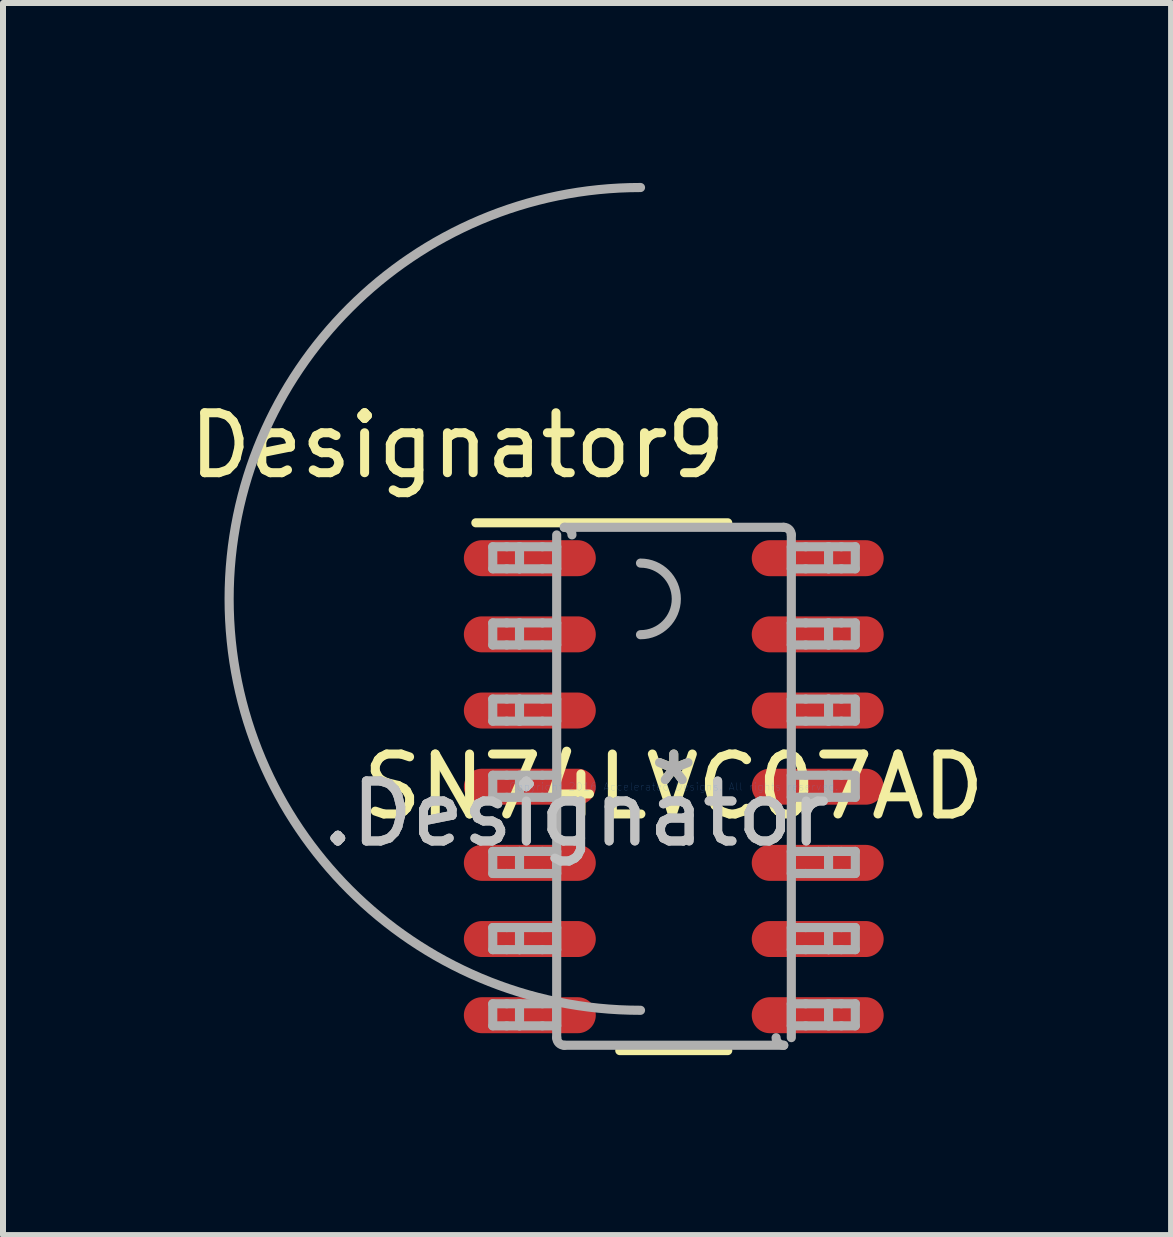
<source format=kicad_pcb>
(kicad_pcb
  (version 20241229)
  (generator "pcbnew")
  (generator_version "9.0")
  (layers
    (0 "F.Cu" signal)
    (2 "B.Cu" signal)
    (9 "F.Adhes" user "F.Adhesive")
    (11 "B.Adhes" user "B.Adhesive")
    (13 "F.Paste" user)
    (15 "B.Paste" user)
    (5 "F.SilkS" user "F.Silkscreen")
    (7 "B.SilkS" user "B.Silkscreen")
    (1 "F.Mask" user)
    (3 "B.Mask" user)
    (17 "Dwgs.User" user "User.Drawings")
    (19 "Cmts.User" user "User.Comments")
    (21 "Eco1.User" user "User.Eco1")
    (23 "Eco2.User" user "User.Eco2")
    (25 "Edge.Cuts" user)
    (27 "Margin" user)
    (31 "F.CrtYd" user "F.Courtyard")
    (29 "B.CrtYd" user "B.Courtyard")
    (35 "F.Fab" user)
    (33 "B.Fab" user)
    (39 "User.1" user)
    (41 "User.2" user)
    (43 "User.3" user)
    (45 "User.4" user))
  (footprint "SN74LVC07AD"
    (layer "F.Cu")
    (at 8.184 10.067)
    (property "Reference" "SN74LVC07AD" (at 0 0 0) (layer "F.SilkS") (effects (font (size 1 1) (thickness 0.15))))
    (attr through_hole)
    (fp_line (start -3.3 -4.4) (end 0.9 -4.4) (stroke (width 0.152) (type solid)) (layer "F.SilkS"))
    (fp_line (start -0.9 4.4) (end 0.9 4.4) (stroke (width 0.152) (type solid)) (layer "F.SilkS"))
    (fp_line (start -3.018 -4.001) (end -2.785 -4.001) (stroke (width 0.152) (type solid)) (layer "F.Fab"))
    (fp_line (start -3.018 -3.633) (end -3.018 -4.001) (stroke (width 0.152) (type solid)) (layer "F.Fab"))
    (fp_line (start -3.018 -3.633) (end -2.785 -3.633) (stroke (width 0.152) (type solid)) (layer "F.Fab"))
    (fp_line (start -3.018 -2.731) (end -2.785 -2.731) (stroke (width 0.152) (type solid)) (layer "F.Fab"))
    (fp_line (start -3.018 -2.363) (end -3.018 -2.731) (stroke (width 0.152) (type solid)) (layer "F.Fab"))
    (fp_line (start -3.018 -2.363) (end -2.785 -2.363) (stroke (width 0.152) (type solid)) (layer "F.Fab"))
    (fp_line (start -3.018 -1.461) (end -2.785 -1.461) (stroke (width 0.152) (type solid)) (layer "F.Fab"))
    (fp_line (start -3.018 -1.093) (end -3.018 -1.461) (stroke (width 0.152) (type solid)) (layer "F.Fab"))
    (fp_line (start -3.018 -1.093) (end -2.785 -1.093) (stroke (width 0.152) (type solid)) (layer "F.Fab"))
    (fp_line (start -3.018 -0.191) (end -2.785 -0.191) (stroke (width 0.152) (type solid)) (layer "F.Fab"))
    (fp_line (start -3.018 0.177) (end -3.018 -0.191) (stroke (width 0.152) (type solid)) (layer "F.Fab"))
    (fp_line (start -3.018 0.177) (end -2.785 0.177) (stroke (width 0.152) (type solid)) (layer "F.Fab"))
    (fp_line (start -3.018 1.079) (end -2.785 1.079) (stroke (width 0.152) (type solid)) (layer "F.Fab"))
    (fp_line (start -3.018 1.447) (end -3.018 1.079) (stroke (width 0.152) (type solid)) (layer "F.Fab"))
    (fp_line (start -3.018 1.447) (end -2.785 1.447) (stroke (width 0.152) (type solid)) (layer "F.Fab"))
    (fp_line (start -3.018 2.349) (end -2.785 2.349) (stroke (width 0.152) (type solid)) (layer "F.Fab"))
    (fp_line (start -3.018 2.717) (end -3.018 2.349) (stroke (width 0.152) (type solid)) (layer "F.Fab"))
    (fp_line (start -3.018 2.717) (end -2.785 2.717) (stroke (width 0.152) (type solid)) (layer "F.Fab"))
    (fp_line (start -3.018 3.619) (end -2.785 3.619) (stroke (width 0.152) (type solid)) (layer "F.Fab"))
    (fp_line (start -3.018 3.987) (end -3.018 3.619) (stroke (width 0.152) (type solid)) (layer "F.Fab"))
    (fp_line (start -3.018 3.987) (end -2.785 3.987) (stroke (width 0.152) (type solid)) (layer "F.Fab"))
    (fp_line (start -2.785 -4.001) (end -2.572 -4.001) (stroke (width 0.152) (type solid)) (layer "F.Fab"))
    (fp_line (start -2.785 -3.633) (end -2.572 -3.633) (stroke (width 0.152) (type solid)) (layer "F.Fab"))
    (fp_line (start -2.785 -2.731) (end -2.572 -2.731) (stroke (width 0.152) (type solid)) (layer "F.Fab"))
    (fp_line (start -2.785 -2.363) (end -2.572 -2.363) (stroke (width 0.152) (type solid)) (layer "F.Fab"))
    (fp_line (start -2.785 -1.461) (end -2.572 -1.461) (stroke (width 0.152) (type solid)) (layer "F.Fab"))
    (fp_line (start -2.785 -1.093) (end -2.572 -1.093) (stroke (width 0.152) (type solid)) (layer "F.Fab"))
    (fp_line (start -2.785 -0.191) (end -2.572 -0.191) (stroke (width 0.152) (type solid)) (layer "F.Fab"))
    (fp_line (start -2.785 0.177) (end -2.572 0.177) (stroke (width 0.152) (type solid)) (layer "F.Fab"))
    (fp_line (start -2.785 1.079) (end -2.572 1.079) (stroke (width 0.152) (type solid)) (layer "F.Fab"))
    (fp_line (start -2.785 1.447) (end -2.572 1.447) (stroke (width 0.152) (type solid)) (layer "F.Fab"))
    (fp_line (start -2.785 2.349) (end -2.572 2.349) (stroke (width 0.152) (type solid)) (layer "F.Fab"))
    (fp_line (start -2.785 2.717) (end -2.572 2.717) (stroke (width 0.152) (type solid)) (layer "F.Fab"))
    (fp_line (start -2.785 3.619) (end -2.572 3.619) (stroke (width 0.152) (type solid)) (layer "F.Fab"))
    (fp_line (start -2.785 3.987) (end -2.572 3.987) (stroke (width 0.152) (type solid)) (layer "F.Fab"))
    (fp_line (start -2.572 -4.001) (end -2.191 -4.001) (stroke (width 0.152) (type solid)) (layer "F.Fab"))
    (fp_line (start -2.572 -3.633) (end -2.572 -4.001) (stroke (width 0.152) (type solid)) (layer "F.Fab"))
    (fp_line (start -2.572 -3.633) (end -2.191 -3.633) (stroke (width 0.152) (type solid)) (layer "F.Fab"))
    (fp_line (start -2.572 -2.731) (end -2.191 -2.731) (stroke (width 0.152) (type solid)) (layer "F.Fab"))
    (fp_line (start -2.572 -2.363) (end -2.572 -2.731) (stroke (width 0.152) (type solid)) (layer "F.Fab"))
    (fp_line (start -2.572 -2.363) (end -2.191 -2.363) (stroke (width 0.152) (type solid)) (layer "F.Fab"))
    (fp_line (start -2.572 -1.461) (end -2.191 -1.461) (stroke (width 0.152) (type solid)) (layer "F.Fab"))
    (fp_line (start -2.572 -1.093) (end -2.572 -1.461) (stroke (width 0.152) (type solid)) (layer "F.Fab"))
    (fp_line (start -2.572 -1.093) (end -2.191 -1.093) (stroke (width 0.152) (type solid)) (layer "F.Fab"))
    (fp_line (start -2.572 -0.191) (end -2.191 -0.191) (stroke (width 0.152) (type solid)) (layer "F.Fab"))
    (fp_line (start -2.572 0.177) (end -2.572 -0.191) (stroke (width 0.152) (type solid)) (layer "F.Fab"))
    (fp_line (start -2.572 0.177) (end -2.191 0.177) (stroke (width 0.152) (type solid)) (layer "F.Fab"))
    (fp_line (start -2.572 1.079) (end -2.191 1.079) (stroke (width 0.152) (type solid)) (layer "F.Fab"))
    (fp_line (start -2.572 1.447) (end -2.572 1.079) (stroke (width 0.152) (type solid)) (layer "F.Fab"))
    (fp_line (start -2.572 1.447) (end -2.191 1.447) (stroke (width 0.152) (type solid)) (layer "F.Fab"))
    (fp_line (start -2.572 2.349) (end -2.191 2.349) (stroke (width 0.152) (type solid)) (layer "F.Fab"))
    (fp_line (start -2.572 2.717) (end -2.572 2.349) (stroke (width 0.152) (type solid)) (layer "F.Fab"))
    (fp_line (start -2.572 2.717) (end -2.191 2.717) (stroke (width 0.152) (type solid)) (layer "F.Fab"))
    (fp_line (start -2.572 3.619) (end -2.191 3.619) (stroke (width 0.152) (type solid)) (layer "F.Fab"))
    (fp_line (start -2.572 3.987) (end -2.572 3.619) (stroke (width 0.152) (type solid)) (layer "F.Fab"))
    (fp_line (start -2.572 3.987) (end -2.191 3.987) (stroke (width 0.152) (type solid)) (layer "F.Fab"))
    (fp_line (start -2.191 -4.001) (end -1.952 -4.001) (stroke (width 0.152) (type solid)) (layer "F.Fab"))
    (fp_line (start -2.191 -3.633) (end -1.952 -3.633) (stroke (width 0.152) (type solid)) (layer "F.Fab"))
    (fp_line (start -2.191 -2.731) (end -1.952 -2.731) (stroke (width 0.152) (type solid)) (layer "F.Fab"))
    (fp_line (start -2.191 -2.363) (end -1.952 -2.363) (stroke (width 0.152) (type solid)) (layer "F.Fab"))
    (fp_line (start -2.191 -1.461) (end -1.952 -1.461) (stroke (width 0.152) (type solid)) (layer "F.Fab"))
    (fp_line (start -2.191 -1.093) (end -1.952 -1.093) (stroke (width 0.152) (type solid)) (layer "F.Fab"))
    (fp_line (start -2.191 -0.191) (end -1.952 -0.191) (stroke (width 0.152) (type solid)) (layer "F.Fab"))
    (fp_line (start -2.191 0.177) (end -1.952 0.177) (stroke (width 0.152) (type solid)) (layer "F.Fab"))
    (fp_line (start -2.191 1.079) (end -1.952 1.079) (stroke (width 0.152) (type solid)) (layer "F.Fab"))
    (fp_line (start -2.191 1.447) (end -1.952 1.447) (stroke (width 0.152) (type solid)) (layer "F.Fab"))
    (fp_line (start -2.191 2.349) (end -1.952 2.349) (stroke (width 0.152) (type solid)) (layer "F.Fab"))
    (fp_line (start -2.191 2.717) (end -1.952 2.717) (stroke (width 0.152) (type solid)) (layer "F.Fab"))
    (fp_line (start -2.191 3.619) (end -1.952 3.619) (stroke (width 0.152) (type solid)) (layer "F.Fab"))
    (fp_line (start -2.191 3.987) (end -1.952 3.987) (stroke (width 0.152) (type solid)) (layer "F.Fab"))
    (fp_line (start -1.952 -3.633) (end -1.952 -4.001) (stroke (width 0.152) (type solid)) (layer "F.Fab"))
    (fp_line (start -1.952 -2.363) (end -1.952 -2.731) (stroke (width 0.152) (type solid)) (layer "F.Fab"))
    (fp_line (start -1.952 -1.093) (end -1.952 -1.461) (stroke (width 0.152) (type solid)) (layer "F.Fab"))
    (fp_line (start -1.952 0.177) (end -1.952 -0.191) (stroke (width 0.152) (type solid)) (layer "F.Fab"))
    (fp_line (start -1.952 1.447) (end -1.952 1.079) (stroke (width 0.152) (type solid)) (layer "F.Fab"))
    (fp_line (start -1.952 2.717) (end -1.952 2.349) (stroke (width 0.152) (type solid)) (layer "F.Fab"))
    (fp_line (start -1.952 3.987) (end -1.952 3.619) (stroke (width 0.152) (type solid)) (layer "F.Fab"))
    (fp_line (start -1.952 4.184) (end -1.952 -4.198) (stroke (width 0.152) (type solid)) (layer "F.Fab"))
    (fp_line (start -1.825 -4.325) (end 1.834 -4.325) (stroke (width 0.152) (type solid)) (layer "F.Fab"))
    (fp_line (start -1.825 4.311) (end 1.834 4.311) (stroke (width 0.152) (type solid)) (layer "F.Fab"))
    (fp_line (start 1.96 -4.001) (end 2.2 -4.001) (stroke (width 0.152) (type solid)) (layer "F.Fab"))
    (fp_line (start 1.96 -3.633) (end 1.96 -4.001) (stroke (width 0.152) (type solid)) (layer "F.Fab"))
    (fp_line (start 1.96 -3.633) (end 2.2 -3.633) (stroke (width 0.152) (type solid)) (layer "F.Fab"))
    (fp_line (start 1.96 -2.731) (end 2.2 -2.731) (stroke (width 0.152) (type solid)) (layer "F.Fab"))
    (fp_line (start 1.96 -2.363) (end 1.96 -2.731) (stroke (width 0.152) (type solid)) (layer "F.Fab"))
    (fp_line (start 1.96 -2.363) (end 2.2 -2.363) (stroke (width 0.152) (type solid)) (layer "F.Fab"))
    (fp_line (start 1.96 -1.461) (end 2.2 -1.461) (stroke (width 0.152) (type solid)) (layer "F.Fab"))
    (fp_line (start 1.96 -1.093) (end 1.96 -1.461) (stroke (width 0.152) (type solid)) (layer "F.Fab"))
    (fp_line (start 1.96 -1.093) (end 2.2 -1.093) (stroke (width 0.152) (type solid)) (layer "F.Fab"))
    (fp_line (start 1.96 -0.191) (end 2.2 -0.191) (stroke (width 0.152) (type solid)) (layer "F.Fab"))
    (fp_line (start 1.96 0.177) (end 1.96 -0.191) (stroke (width 0.152) (type solid)) (layer "F.Fab"))
    (fp_line (start 1.96 0.177) (end 2.2 0.177) (stroke (width 0.152) (type solid)) (layer "F.Fab"))
    (fp_line (start 1.96 1.079) (end 2.2 1.079) (stroke (width 0.152) (type solid)) (layer "F.Fab"))
    (fp_line (start 1.96 1.447) (end 1.96 1.079) (stroke (width 0.152) (type solid)) (layer "F.Fab"))
    (fp_line (start 1.96 1.447) (end 2.2 1.447) (stroke (width 0.152) (type solid)) (layer "F.Fab"))
    (fp_line (start 1.96 2.349) (end 2.2 2.349) (stroke (width 0.152) (type solid)) (layer "F.Fab"))
    (fp_line (start 1.96 2.717) (end 1.96 2.349) (stroke (width 0.152) (type solid)) (layer "F.Fab"))
    (fp_line (start 1.96 2.717) (end 2.2 2.717) (stroke (width 0.152) (type solid)) (layer "F.Fab"))
    (fp_line (start 1.96 3.619) (end 2.2 3.619) (stroke (width 0.152) (type solid)) (layer "F.Fab"))
    (fp_line (start 1.96 3.987) (end 1.96 3.619) (stroke (width 0.152) (type solid)) (layer "F.Fab"))
    (fp_line (start 1.96 3.987) (end 2.2 3.987) (stroke (width 0.152) (type solid)) (layer "F.Fab"))
    (fp_line (start 1.96 4.184) (end 1.96 -4.198) (stroke (width 0.152) (type solid)) (layer "F.Fab"))
    (fp_line (start 2.2 -4.001) (end 2.581 -4.001) (stroke (width 0.152) (type solid)) (layer "F.Fab"))
    (fp_line (start 2.2 -3.633) (end 2.581 -3.633) (stroke (width 0.152) (type solid)) (layer "F.Fab"))
    (fp_line (start 2.2 -2.731) (end 2.581 -2.731) (stroke (width 0.152) (type solid)) (layer "F.Fab"))
    (fp_line (start 2.2 -2.363) (end 2.581 -2.363) (stroke (width 0.152) (type solid)) (layer "F.Fab"))
    (fp_line (start 2.2 -1.461) (end 2.581 -1.461) (stroke (width 0.152) (type solid)) (layer "F.Fab"))
    (fp_line (start 2.2 -1.093) (end 2.581 -1.093) (stroke (width 0.152) (type solid)) (layer "F.Fab"))
    (fp_line (start 2.2 -0.191) (end 2.581 -0.191) (stroke (width 0.152) (type solid)) (layer "F.Fab"))
    (fp_line (start 2.2 0.177) (end 2.581 0.177) (stroke (width 0.152) (type solid)) (layer "F.Fab"))
    (fp_line (start 2.2 1.079) (end 2.581 1.079) (stroke (width 0.152) (type solid)) (layer "F.Fab"))
    (fp_line (start 2.2 1.447) (end 2.581 1.447) (stroke (width 0.152) (type solid)) (layer "F.Fab"))
    (fp_line (start 2.2 2.349) (end 2.581 2.349) (stroke (width 0.152) (type solid)) (layer "F.Fab"))
    (fp_line (start 2.2 2.717) (end 2.581 2.717) (stroke (width 0.152) (type solid)) (layer "F.Fab"))
    (fp_line (start 2.2 3.619) (end 2.581 3.619) (stroke (width 0.152) (type solid)) (layer "F.Fab"))
    (fp_line (start 2.2 3.987) (end 2.581 3.987) (stroke (width 0.152) (type solid)) (layer "F.Fab"))
    (fp_line (start 2.581 -4.001) (end 2.794 -4.001) (stroke (width 0.152) (type solid)) (layer "F.Fab"))
    (fp_line (start 2.581 -3.633) (end 2.581 -4.001) (stroke (width 0.152) (type solid)) (layer "F.Fab"))
    (fp_line (start 2.581 -3.633) (end 2.794 -3.633) (stroke (width 0.152) (type solid)) (layer "F.Fab"))
    (fp_line (start 2.581 -2.731) (end 2.794 -2.731) (stroke (width 0.152) (type solid)) (layer "F.Fab"))
    (fp_line (start 2.581 -2.363) (end 2.581 -2.731) (stroke (width 0.152) (type solid)) (layer "F.Fab"))
    (fp_line (start 2.581 -2.363) (end 2.794 -2.363) (stroke (width 0.152) (type solid)) (layer "F.Fab"))
    (fp_line (start 2.581 -1.461) (end 2.794 -1.461) (stroke (width 0.152) (type solid)) (layer "F.Fab"))
    (fp_line (start 2.581 -1.093) (end 2.581 -1.461) (stroke (width 0.152) (type solid)) (layer "F.Fab"))
    (fp_line (start 2.581 -1.093) (end 2.794 -1.093) (stroke (width 0.152) (type solid)) (layer "F.Fab"))
    (fp_line (start 2.581 -0.191) (end 2.794 -0.191) (stroke (width 0.152) (type solid)) (layer "F.Fab"))
    (fp_line (start 2.581 0.177) (end 2.581 -0.191) (stroke (width 0.152) (type solid)) (layer "F.Fab"))
    (fp_line (start 2.581 0.177) (end 2.794 0.177) (stroke (width 0.152) (type solid)) (layer "F.Fab"))
    (fp_line (start 2.581 1.079) (end 2.794 1.079) (stroke (width 0.152) (type solid)) (layer "F.Fab"))
    (fp_line (start 2.581 1.447) (end 2.581 1.079) (stroke (width 0.152) (type solid)) (layer "F.Fab"))
    (fp_line (start 2.581 1.447) (end 2.794 1.447) (stroke (width 0.152) (type solid)) (layer "F.Fab"))
    (fp_line (start 2.581 2.349) (end 2.794 2.349) (stroke (width 0.152) (type solid)) (layer "F.Fab"))
    (fp_line (start 2.581 2.717) (end 2.581 2.349) (stroke (width 0.152) (type solid)) (layer "F.Fab"))
    (fp_line (start 2.581 2.717) (end 2.794 2.717) (stroke (width 0.152) (type solid)) (layer "F.Fab"))
    (fp_line (start 2.581 3.619) (end 2.794 3.619) (stroke (width 0.152) (type solid)) (layer "F.Fab"))
    (fp_line (start 2.581 3.987) (end 2.581 3.619) (stroke (width 0.152) (type solid)) (layer "F.Fab"))
    (fp_line (start 2.581 3.987) (end 2.794 3.987) (stroke (width 0.152) (type solid)) (layer "F.Fab"))
    (fp_line (start 2.794 -4.001) (end 3.027 -4.001) (stroke (width 0.152) (type solid)) (layer "F.Fab"))
    (fp_line (start 2.794 -3.633) (end 3.027 -3.633) (stroke (width 0.152) (type solid)) (layer "F.Fab"))
    (fp_line (start 2.794 -2.731) (end 3.027 -2.731) (stroke (width 0.152) (type solid)) (layer "F.Fab"))
    (fp_line (start 2.794 -2.363) (end 3.027 -2.363) (stroke (width 0.152) (type solid)) (layer "F.Fab"))
    (fp_line (start 2.794 -1.461) (end 3.027 -1.461) (stroke (width 0.152) (type solid)) (layer "F.Fab"))
    (fp_line (start 2.794 -1.093) (end 3.027 -1.093) (stroke (width 0.152) (type solid)) (layer "F.Fab"))
    (fp_line (start 2.794 -0.191) (end 3.027 -0.191) (stroke (width 0.152) (type solid)) (layer "F.Fab"))
    (fp_line (start 2.794 0.177) (end 3.027 0.177) (stroke (width 0.152) (type solid)) (layer "F.Fab"))
    (fp_line (start 2.794 1.079) (end 3.027 1.079) (stroke (width 0.152) (type solid)) (layer "F.Fab"))
    (fp_line (start 2.794 1.447) (end 3.027 1.447) (stroke (width 0.152) (type solid)) (layer "F.Fab"))
    (fp_line (start 2.794 2.349) (end 3.027 2.349) (stroke (width 0.152) (type solid)) (layer "F.Fab"))
    (fp_line (start 2.794 2.717) (end 3.027 2.717) (stroke (width 0.152) (type solid)) (layer "F.Fab"))
    (fp_line (start 2.794 3.619) (end 3.027 3.619) (stroke (width 0.152) (type solid)) (layer "F.Fab"))
    (fp_line (start 2.794 3.987) (end 3.027 3.987) (stroke (width 0.152) (type solid)) (layer "F.Fab"))
    (fp_line (start 3.027 -3.633) (end 3.027 -4.001) (stroke (width 0.152) (type solid)) (layer "F.Fab"))
    (fp_line (start 3.027 -2.363) (end 3.027 -2.731) (stroke (width 0.152) (type solid)) (layer "F.Fab"))
    (fp_line (start 3.027 -1.093) (end 3.027 -1.461) (stroke (width 0.152) (type solid)) (layer "F.Fab"))
    (fp_line (start 3.027 0.177) (end 3.027 -0.191) (stroke (width 0.152) (type solid)) (layer "F.Fab"))
    (fp_line (start 3.027 1.447) (end 3.027 1.079) (stroke (width 0.152) (type solid)) (layer "F.Fab"))
    (fp_line (start 3.027 2.717) (end 3.027 2.349) (stroke (width 0.152) (type solid)) (layer "F.Fab"))
    (fp_line (start 3.027 3.987) (end 3.027 3.619) (stroke (width 0.152) (type solid)) (layer "F.Fab"))
    (fp_arc (start -1.824538 4.311) (mid -1.914008 4.274136) (end -1.951539 4.184943) (stroke (width 0.1524) (type solid)) (layer "F.Fab"))
    (fp_arc (start -1.824525 -4.325) (mid -1.735046 -4.288132) (end -1.697511 -4.19893) (stroke (width 0.1524) (type solid)) (layer "F.Fab"))
    (fp_arc (start -0.554543 -3.7281) (mid 0.042357 -3.1312) (end -0.554543 -2.5343) (stroke (width 0.1524) (type solid)) (layer "F.Fab"))
    (fp_arc (start -0.554543 3.7281) (mid -7.413843 -3.1312) (end -0.554543 -9.9905) (stroke (width 0.1524) (type solid)) (layer "F.Fab"))
    (fp_arc (start 1.833052 -4.325) (mid 1.922522 -4.288136) (end 1.960053 -4.198943) (stroke (width 0.1524) (type solid)) (layer "F.Fab"))
    (fp_arc (start 1.833065 4.311) (mid 1.743603 4.274139) (end 1.706076 4.184955) (stroke (width 0.1524) (type solid)) (layer "F.Fab"))
    (fp_text user "*" (at 0 0 0) (layer "F.SilkS") (effects (font (size 1 1) (thickness 0.15))))
    (fp_text user "Designator9" (at -3.607 -5.69 0) (layer "F.SilkS") (effects (font (size 1 1) (thickness 0.15))))
    (fp_text user ".Designator" (at -1.625 0.45 0) (layer "Dwgs.User") (effects (font (size 1 1) (thickness 0.15))))
    (fp_text user "Copyright 2016 Accelerated Designs. All rights reserved." (at 0 0 0) (layer "Cmts.User") (effects (font (size 0.127 0.127) (thickness 0.002))))
    (fp_text user ".Designator" (at -1.625 0.45 0) (layer "F.Fab") (effects (font (size 1 1) (thickness 0.15))))
    (fp_text user "*" (at 0 0 0) (layer "F.Fab") (effects (font (size 1 1) (thickness 0.15))))
    (pad "1" smd oval (at -2.4 -3.81 90) (size 0.6 2.2) (layers "F.Cu" "F.Mask" "F.Paste"))
    (pad "2" smd oval (at -2.4 -2.54 90) (size 0.6 2.2) (layers "F.Cu" "F.Mask" "F.Paste"))
    (pad "3" smd oval (at -2.4 -1.27 90) (size 0.6 2.2) (layers "F.Cu" "F.Mask" "F.Paste"))
    (pad "4" smd oval (at -2.4 0 90) (size 0.6 2.2) (layers "F.Cu" "F.Mask" "F.Paste"))
    (pad "5" smd oval (at -2.4 1.27 90) (size 0.6 2.2) (layers "F.Cu" "F.Mask" "F.Paste"))
    (pad "6" smd oval (at -2.4 2.54 90) (size 0.6 2.2) (layers "F.Cu" "F.Mask" "F.Paste"))
    (pad "7" smd oval (at -2.4 3.81 90) (size 0.6 2.2) (layers "F.Cu" "F.Mask" "F.Paste"))
    (pad "8" smd oval (at 2.4 3.81 90) (size 0.6 2.2) (layers "F.Cu" "F.Mask" "F.Paste"))
    (pad "9" smd oval (at 2.4 2.54 90) (size 0.6 2.2) (layers "F.Cu" "F.Mask" "F.Paste"))
    (pad "10" smd oval (at 2.4 1.27 90) (size 0.6 2.2) (layers "F.Cu" "F.Mask" "F.Paste"))
    (pad "11" smd oval (at 2.4 0 90) (size 0.6 2.2) (layers "F.Cu" "F.Mask" "F.Paste"))
    (pad "12" smd oval (at 2.4 -1.27 90) (size 0.6 2.2) (layers "F.Cu" "F.Mask" "F.Paste"))
    (pad "13" smd oval (at 2.4 -2.54 90) (size 0.6 2.2) (layers "F.Cu" "F.Mask" "F.Paste"))
    (pad "14" smd oval (at 2.4 -3.81 90) (size 0.6 2.2) (layers "F.Cu" "F.Mask" "F.Paste")))
  (gr_rect
    (start -3 -3)
    (end 16.476 17.543)
    (stroke (width 0.1) (type default))
    (fill no)
    (layer "Edge.Cuts")))
</source>
